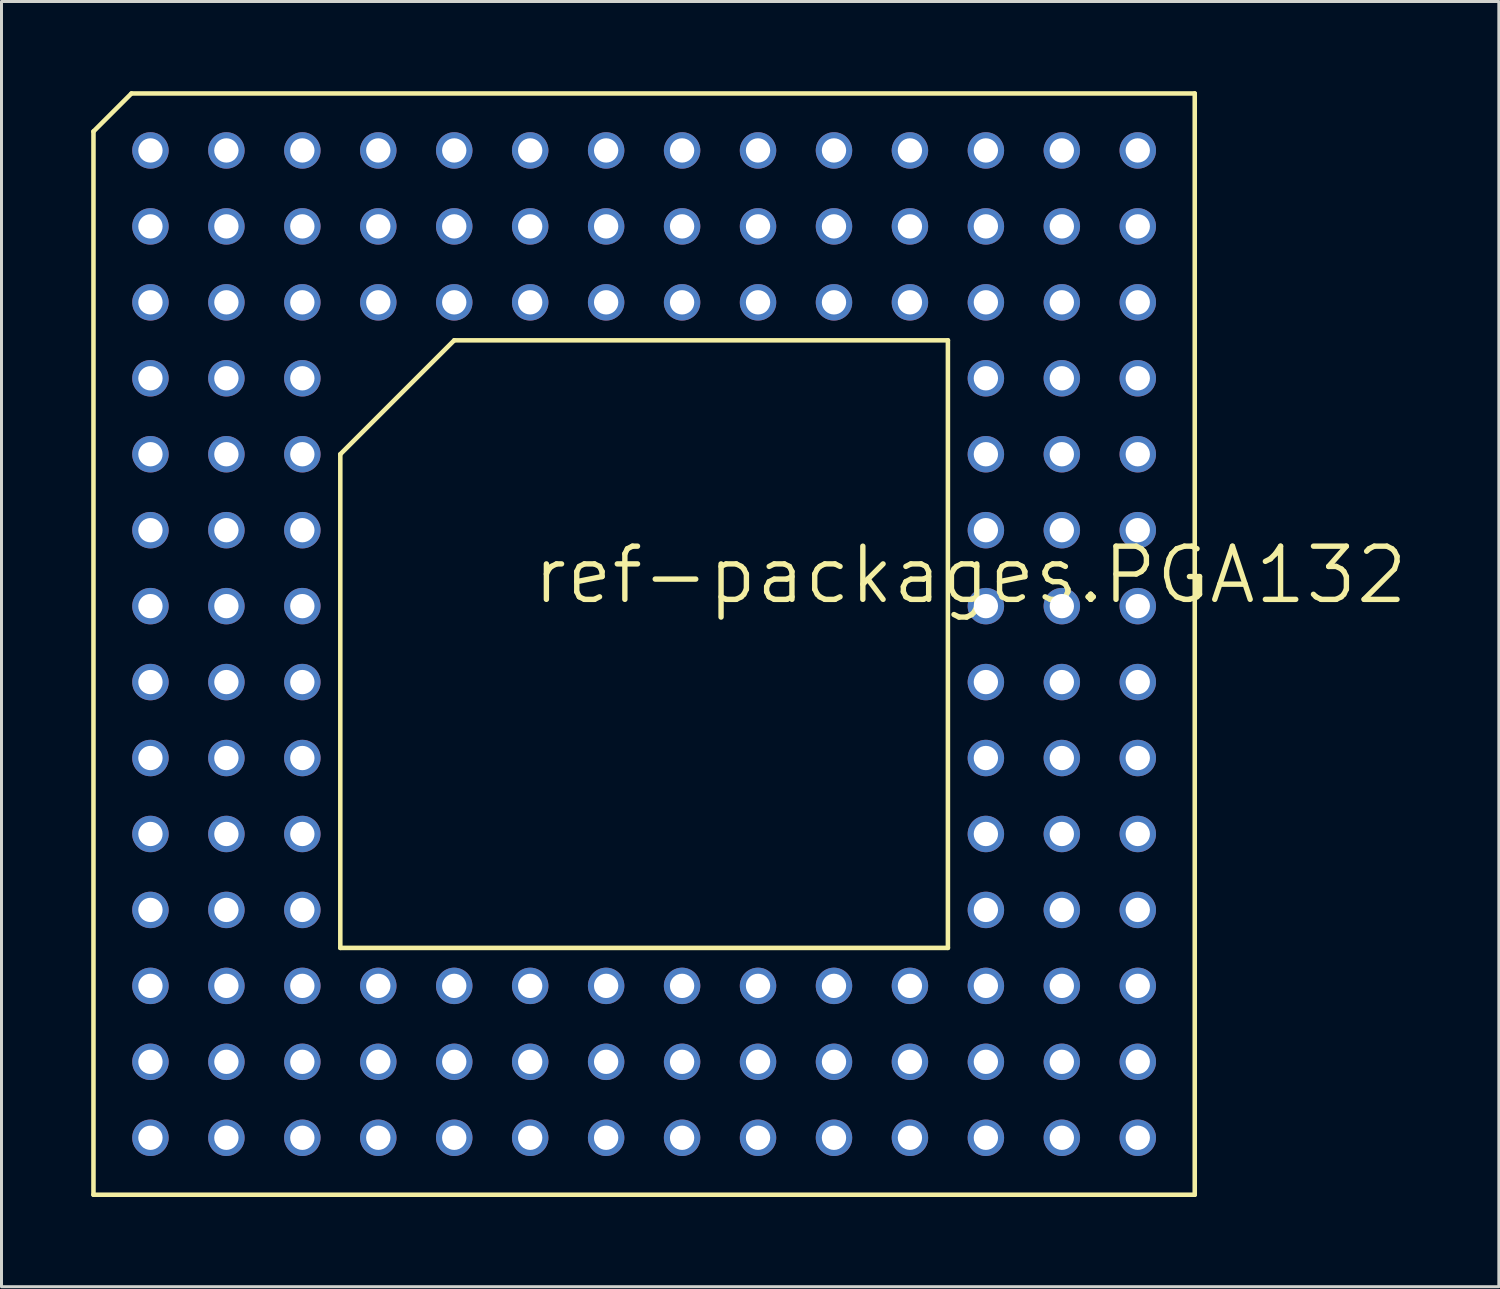
<source format=kicad_pcb>
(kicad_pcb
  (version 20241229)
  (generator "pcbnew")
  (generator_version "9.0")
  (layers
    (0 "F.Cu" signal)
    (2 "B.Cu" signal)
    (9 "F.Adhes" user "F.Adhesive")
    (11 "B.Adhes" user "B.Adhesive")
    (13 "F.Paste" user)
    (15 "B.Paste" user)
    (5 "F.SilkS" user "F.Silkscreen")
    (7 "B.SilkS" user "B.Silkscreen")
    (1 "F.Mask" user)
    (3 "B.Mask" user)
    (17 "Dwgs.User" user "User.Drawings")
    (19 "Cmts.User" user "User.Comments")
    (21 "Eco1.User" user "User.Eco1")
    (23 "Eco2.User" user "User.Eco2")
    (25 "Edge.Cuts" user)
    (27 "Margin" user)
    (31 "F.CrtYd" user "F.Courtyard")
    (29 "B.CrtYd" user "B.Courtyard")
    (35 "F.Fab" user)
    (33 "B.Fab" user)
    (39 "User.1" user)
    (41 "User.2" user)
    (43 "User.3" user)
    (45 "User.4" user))
  (footprint "ref-packages.PGA132"
    (layer "F.Cu")
    (at 18.491 18.491)
    (property "Reference" "ref-packages.PGA132" (at -3.81 -1.27 0) (layer "F.SilkS") (effects (font (size 1.778 1.778) (thickness 0.18)) (justify left bottom)))
    (attr through_hole)
    (fp_line (start -18.415 -17.145) (end -17.145 -18.415) (stroke (width 0.152) (type default)) (layer "F.SilkS"))
    (fp_line (start -18.415 18.415) (end -18.415 -17.145) (stroke (width 0.152) (type default)) (layer "F.SilkS"))
    (fp_line (start -17.145 -18.415) (end 18.415 -18.415) (stroke (width 0.152) (type default)) (layer "F.SilkS"))
    (fp_line (start -10.16 -6.35) (end -10.16 10.16) (stroke (width 0.152) (type default)) (layer "F.SilkS"))
    (fp_line (start -6.35 -10.16) (end -10.16 -6.35) (stroke (width 0.152) (type default)) (layer "F.SilkS"))
    (fp_line (start 10.16 -10.16) (end -6.35 -10.16) (stroke (width 0.152) (type default)) (layer "F.SilkS"))
    (fp_line (start 10.16 10.16) (end -10.16 10.16) (stroke (width 0.152) (type default)) (layer "F.SilkS"))
    (fp_line (start 10.16 10.16) (end 10.16 -10.16) (stroke (width 0.152) (type default)) (layer "F.SilkS"))
    (fp_line (start 18.415 -18.415) (end 18.415 18.415) (stroke (width 0.152) (type default)) (layer "F.SilkS"))
    (fp_line (start 18.415 18.415) (end -18.415 18.415) (stroke (width 0.152) (type default)) (layer "F.SilkS"))
    (pad "A01" thru_hole circle (at -16.51 -16.51 90) (size 1.219 1.219) (drill 0.813) (layers "*.Cu" "*.Mask"))
    (pad "A02" thru_hole circle (at -13.97 -16.51 90) (size 1.219 1.219) (drill 0.813) (layers "*.Cu" "*.Mask"))
    (pad "A03" thru_hole circle (at -11.43 -16.51 90) (size 1.219 1.219) (drill 0.813) (layers "*.Cu" "*.Mask"))
    (pad "A04" thru_hole circle (at -8.89 -16.51 90) (size 1.219 1.219) (drill 0.813) (layers "*.Cu" "*.Mask"))
    (pad "A05" thru_hole circle (at -6.35 -16.51 90) (size 1.219 1.219) (drill 0.813) (layers "*.Cu" "*.Mask"))
    (pad "A06" thru_hole circle (at -3.81 -16.51 90) (size 1.219 1.219) (drill 0.813) (layers "*.Cu" "*.Mask"))
    (pad "A07" thru_hole circle (at -1.27 -16.51 90) (size 1.219 1.219) (drill 0.813) (layers "*.Cu" "*.Mask"))
    (pad "A08" thru_hole circle (at 1.27 -16.51 90) (size 1.219 1.219) (drill 0.813) (layers "*.Cu" "*.Mask"))
    (pad "A09" thru_hole circle (at 3.81 -16.51 90) (size 1.219 1.219) (drill 0.813) (layers "*.Cu" "*.Mask"))
    (pad "A10" thru_hole circle (at 6.35 -16.51 90) (size 1.219 1.219) (drill 0.813) (layers "*.Cu" "*.Mask"))
    (pad "A11" thru_hole circle (at 8.89 -16.51 90) (size 1.219 1.219) (drill 0.813) (layers "*.Cu" "*.Mask"))
    (pad "A12" thru_hole circle (at 11.43 -16.51 90) (size 1.219 1.219) (drill 0.813) (layers "*.Cu" "*.Mask"))
    (pad "A13" thru_hole circle (at 13.97 -16.51 90) (size 1.219 1.219) (drill 0.813) (layers "*.Cu" "*.Mask"))
    (pad "A14" thru_hole circle (at 16.51 -16.51 90) (size 1.219 1.219) (drill 0.813) (layers "*.Cu" "*.Mask"))
    (pad "B01" thru_hole circle (at -16.51 -13.97 90) (size 1.219 1.219) (drill 0.813) (layers "*.Cu" "*.Mask"))
    (pad "B02" thru_hole circle (at -13.97 -13.97 90) (size 1.219 1.219) (drill 0.813) (layers "*.Cu" "*.Mask"))
    (pad "B03" thru_hole circle (at -11.43 -13.97 90) (size 1.219 1.219) (drill 0.813) (layers "*.Cu" "*.Mask"))
    (pad "B04" thru_hole circle (at -8.89 -13.97 90) (size 1.219 1.219) (drill 0.813) (layers "*.Cu" "*.Mask"))
    (pad "B05" thru_hole circle (at -6.35 -13.97 90) (size 1.219 1.219) (drill 0.813) (layers "*.Cu" "*.Mask"))
    (pad "B06" thru_hole circle (at -3.81 -13.97 90) (size 1.219 1.219) (drill 0.813) (layers "*.Cu" "*.Mask"))
    (pad "B07" thru_hole circle (at -1.27 -13.97 90) (size 1.219 1.219) (drill 0.813) (layers "*.Cu" "*.Mask"))
    (pad "B08" thru_hole circle (at 1.27 -13.97 90) (size 1.219 1.219) (drill 0.813) (layers "*.Cu" "*.Mask"))
    (pad "B09" thru_hole circle (at 3.81 -13.97 90) (size 1.219 1.219) (drill 0.813) (layers "*.Cu" "*.Mask"))
    (pad "B10" thru_hole circle (at 6.35 -13.97 90) (size 1.219 1.219) (drill 0.813) (layers "*.Cu" "*.Mask"))
    (pad "B11" thru_hole circle (at 8.89 -13.97 90) (size 1.219 1.219) (drill 0.813) (layers "*.Cu" "*.Mask"))
    (pad "B12" thru_hole circle (at 11.43 -13.97 90) (size 1.219 1.219) (drill 0.813) (layers "*.Cu" "*.Mask"))
    (pad "B13" thru_hole circle (at 13.97 -13.97 90) (size 1.219 1.219) (drill 0.813) (layers "*.Cu" "*.Mask"))
    (pad "B14" thru_hole circle (at 16.51 -13.97 90) (size 1.219 1.219) (drill 0.813) (layers "*.Cu" "*.Mask"))
    (pad "C01" thru_hole circle (at -16.51 -11.43 90) (size 1.219 1.219) (drill 0.813) (layers "*.Cu" "*.Mask"))
    (pad "C02" thru_hole circle (at -13.97 -11.43 90) (size 1.219 1.219) (drill 0.813) (layers "*.Cu" "*.Mask"))
    (pad "C03" thru_hole circle (at -11.43 -11.43 90) (size 1.219 1.219) (drill 0.813) (layers "*.Cu" "*.Mask"))
    (pad "C04" thru_hole circle (at -8.89 -11.43 90) (size 1.219 1.219) (drill 0.813) (layers "*.Cu" "*.Mask"))
    (pad "C05" thru_hole circle (at -6.35 -11.43 90) (size 1.219 1.219) (drill 0.813) (layers "*.Cu" "*.Mask"))
    (pad "C06" thru_hole circle (at -3.81 -11.43 90) (size 1.219 1.219) (drill 0.813) (layers "*.Cu" "*.Mask"))
    (pad "C07" thru_hole circle (at -1.27 -11.43 90) (size 1.219 1.219) (drill 0.813) (layers "*.Cu" "*.Mask"))
    (pad "C08" thru_hole circle (at 1.27 -11.43 90) (size 1.219 1.219) (drill 0.813) (layers "*.Cu" "*.Mask"))
    (pad "C09" thru_hole circle (at 3.81 -11.43 90) (size 1.219 1.219) (drill 0.813) (layers "*.Cu" "*.Mask"))
    (pad "C10" thru_hole circle (at 6.35 -11.43 90) (size 1.219 1.219) (drill 0.813) (layers "*.Cu" "*.Mask"))
    (pad "C11" thru_hole circle (at 8.89 -11.43 90) (size 1.219 1.219) (drill 0.813) (layers "*.Cu" "*.Mask"))
    (pad "C12" thru_hole circle (at 11.43 -11.43 90) (size 1.219 1.219) (drill 0.813) (layers "*.Cu" "*.Mask"))
    (pad "C13" thru_hole circle (at 13.97 -11.43 90) (size 1.219 1.219) (drill 0.813) (layers "*.Cu" "*.Mask"))
    (pad "C14" thru_hole circle (at 16.51 -11.43 90) (size 1.219 1.219) (drill 0.813) (layers "*.Cu" "*.Mask"))
    (pad "D01" thru_hole circle (at -16.51 -8.89 90) (size 1.219 1.219) (drill 0.813) (layers "*.Cu" "*.Mask"))
    (pad "D02" thru_hole circle (at -13.97 -8.89 90) (size 1.219 1.219) (drill 0.813) (layers "*.Cu" "*.Mask"))
    (pad "D03" thru_hole circle (at -11.43 -8.89 90) (size 1.219 1.219) (drill 0.813) (layers "*.Cu" "*.Mask"))
    (pad "D12" thru_hole circle (at 11.43 -8.89 90) (size 1.219 1.219) (drill 0.813) (layers "*.Cu" "*.Mask"))
    (pad "D13" thru_hole circle (at 13.97 -8.89 90) (size 1.219 1.219) (drill 0.813) (layers "*.Cu" "*.Mask"))
    (pad "D14" thru_hole circle (at 16.51 -8.89 90) (size 1.219 1.219) (drill 0.813) (layers "*.Cu" "*.Mask"))
    (pad "E01" thru_hole circle (at -16.51 -6.35 90) (size 1.219 1.219) (drill 0.813) (layers "*.Cu" "*.Mask"))
    (pad "E02" thru_hole circle (at -13.97 -6.35 90) (size 1.219 1.219) (drill 0.813) (layers "*.Cu" "*.Mask"))
    (pad "E03" thru_hole circle (at -11.43 -6.35 90) (size 1.219 1.219) (drill 0.813) (layers "*.Cu" "*.Mask"))
    (pad "E12" thru_hole circle (at 11.43 -6.35 90) (size 1.219 1.219) (drill 0.813) (layers "*.Cu" "*.Mask"))
    (pad "E13" thru_hole circle (at 13.97 -6.35 90) (size 1.219 1.219) (drill 0.813) (layers "*.Cu" "*.Mask"))
    (pad "E14" thru_hole circle (at 16.51 -6.35 90) (size 1.219 1.219) (drill 0.813) (layers "*.Cu" "*.Mask"))
    (pad "F01" thru_hole circle (at -16.51 -3.81 90) (size 1.219 1.219) (drill 0.813) (layers "*.Cu" "*.Mask"))
    (pad "F02" thru_hole circle (at -13.97 -3.81 90) (size 1.219 1.219) (drill 0.813) (layers "*.Cu" "*.Mask"))
    (pad "F03" thru_hole circle (at -11.43 -3.81 90) (size 1.219 1.219) (drill 0.813) (layers "*.Cu" "*.Mask"))
    (pad "F12" thru_hole circle (at 11.43 -3.81 90) (size 1.219 1.219) (drill 0.813) (layers "*.Cu" "*.Mask"))
    (pad "F13" thru_hole circle (at 13.97 -3.81 90) (size 1.219 1.219) (drill 0.813) (layers "*.Cu" "*.Mask"))
    (pad "F14" thru_hole circle (at 16.51 -3.81 90) (size 1.219 1.219) (drill 0.813) (layers "*.Cu" "*.Mask"))
    (pad "G01" thru_hole circle (at -16.51 -1.27 90) (size 1.219 1.219) (drill 0.813) (layers "*.Cu" "*.Mask"))
    (pad "G02" thru_hole circle (at -13.97 -1.27 90) (size 1.219 1.219) (drill 0.813) (layers "*.Cu" "*.Mask"))
    (pad "G03" thru_hole circle (at -11.43 -1.27 90) (size 1.219 1.219) (drill 0.813) (layers "*.Cu" "*.Mask"))
    (pad "G12" thru_hole circle (at 11.43 -1.27 90) (size 1.219 1.219) (drill 0.813) (layers "*.Cu" "*.Mask"))
    (pad "G13" thru_hole circle (at 13.97 -1.27 90) (size 1.219 1.219) (drill 0.813) (layers "*.Cu" "*.Mask"))
    (pad "G14" thru_hole circle (at 16.51 -1.27 90) (size 1.219 1.219) (drill 0.813) (layers "*.Cu" "*.Mask"))
    (pad "H01" thru_hole circle (at -16.51 1.27 90) (size 1.219 1.219) (drill 0.813) (layers "*.Cu" "*.Mask"))
    (pad "H02" thru_hole circle (at -13.97 1.27 90) (size 1.219 1.219) (drill 0.813) (layers "*.Cu" "*.Mask"))
    (pad "H03" thru_hole circle (at -11.43 1.27 90) (size 1.219 1.219) (drill 0.813) (layers "*.Cu" "*.Mask"))
    (pad "H12" thru_hole circle (at 11.43 1.27 90) (size 1.219 1.219) (drill 0.813) (layers "*.Cu" "*.Mask"))
    (pad "H13" thru_hole circle (at 13.97 1.27 90) (size 1.219 1.219) (drill 0.813) (layers "*.Cu" "*.Mask"))
    (pad "H14" thru_hole circle (at 16.51 1.27 90) (size 1.219 1.219) (drill 0.813) (layers "*.Cu" "*.Mask"))
    (pad "J01" thru_hole circle (at -16.51 3.81 90) (size 1.219 1.219) (drill 0.813) (layers "*.Cu" "*.Mask"))
    (pad "J02" thru_hole circle (at -13.97 3.81 90) (size 1.219 1.219) (drill 0.813) (layers "*.Cu" "*.Mask"))
    (pad "J03" thru_hole circle (at -11.43 3.81 90) (size 1.219 1.219) (drill 0.813) (layers "*.Cu" "*.Mask"))
    (pad "J12" thru_hole circle (at 11.43 3.81 90) (size 1.219 1.219) (drill 0.813) (layers "*.Cu" "*.Mask"))
    (pad "J13" thru_hole circle (at 13.97 3.81 90) (size 1.219 1.219) (drill 0.813) (layers "*.Cu" "*.Mask"))
    (pad "J14" thru_hole circle (at 16.51 3.81 90) (size 1.219 1.219) (drill 0.813) (layers "*.Cu" "*.Mask"))
    (pad "K01" thru_hole circle (at -16.51 6.35 90) (size 1.219 1.219) (drill 0.813) (layers "*.Cu" "*.Mask"))
    (pad "K02" thru_hole circle (at -13.97 6.35 90) (size 1.219 1.219) (drill 0.813) (layers "*.Cu" "*.Mask"))
    (pad "K03" thru_hole circle (at -11.43 6.35 90) (size 1.219 1.219) (drill 0.813) (layers "*.Cu" "*.Mask"))
    (pad "K12" thru_hole circle (at 11.43 6.35 90) (size 1.219 1.219) (drill 0.813) (layers "*.Cu" "*.Mask"))
    (pad "K13" thru_hole circle (at 13.97 6.35 90) (size 1.219 1.219) (drill 0.813) (layers "*.Cu" "*.Mask"))
    (pad "K14" thru_hole circle (at 16.51 6.35 90) (size 1.219 1.219) (drill 0.813) (layers "*.Cu" "*.Mask"))
    (pad "L01" thru_hole circle (at -16.51 8.89 90) (size 1.219 1.219) (drill 0.813) (layers "*.Cu" "*.Mask"))
    (pad "L02" thru_hole circle (at -13.97 8.89 90) (size 1.219 1.219) (drill 0.813) (layers "*.Cu" "*.Mask"))
    (pad "L03" thru_hole circle (at -11.43 8.89 90) (size 1.219 1.219) (drill 0.813) (layers "*.Cu" "*.Mask"))
    (pad "L12" thru_hole circle (at 11.43 8.89 90) (size 1.219 1.219) (drill 0.813) (layers "*.Cu" "*.Mask"))
    (pad "L13" thru_hole circle (at 13.97 8.89 90) (size 1.219 1.219) (drill 0.813) (layers "*.Cu" "*.Mask"))
    (pad "L14" thru_hole circle (at 16.51 8.89 90) (size 1.219 1.219) (drill 0.813) (layers "*.Cu" "*.Mask"))
    (pad "M01" thru_hole circle (at -16.51 11.43 90) (size 1.219 1.219) (drill 0.813) (layers "*.Cu" "*.Mask"))
    (pad "M02" thru_hole circle (at -13.97 11.43 90) (size 1.219 1.219) (drill 0.813) (layers "*.Cu" "*.Mask"))
    (pad "M03" thru_hole circle (at -11.43 11.43 90) (size 1.219 1.219) (drill 0.813) (layers "*.Cu" "*.Mask"))
    (pad "M04" thru_hole circle (at -8.89 11.43 90) (size 1.219 1.219) (drill 0.813) (layers "*.Cu" "*.Mask"))
    (pad "M05" thru_hole circle (at -6.35 11.43 90) (size 1.219 1.219) (drill 0.813) (layers "*.Cu" "*.Mask"))
    (pad "M06" thru_hole circle (at -3.81 11.43 90) (size 1.219 1.219) (drill 0.813) (layers "*.Cu" "*.Mask"))
    (pad "M07" thru_hole circle (at -1.27 11.43 90) (size 1.219 1.219) (drill 0.813) (layers "*.Cu" "*.Mask"))
    (pad "M08" thru_hole circle (at 1.27 11.43 90) (size 1.219 1.219) (drill 0.813) (layers "*.Cu" "*.Mask"))
    (pad "M09" thru_hole circle (at 3.81 11.43 90) (size 1.219 1.219) (drill 0.813) (layers "*.Cu" "*.Mask"))
    (pad "M10" thru_hole circle (at 6.35 11.43 90) (size 1.219 1.219) (drill 0.813) (layers "*.Cu" "*.Mask"))
    (pad "M11" thru_hole circle (at 8.89 11.43 90) (size 1.219 1.219) (drill 0.813) (layers "*.Cu" "*.Mask"))
    (pad "M12" thru_hole circle (at 11.43 11.43 90) (size 1.219 1.219) (drill 0.813) (layers "*.Cu" "*.Mask"))
    (pad "M13" thru_hole circle (at 13.97 11.43 90) (size 1.219 1.219) (drill 0.813) (layers "*.Cu" "*.Mask"))
    (pad "M14" thru_hole circle (at 16.51 11.43 90) (size 1.219 1.219) (drill 0.813) (layers "*.Cu" "*.Mask"))
    (pad "N01" thru_hole circle (at -16.51 13.97 90) (size 1.219 1.219) (drill 0.813) (layers "*.Cu" "*.Mask"))
    (pad "N02" thru_hole circle (at -13.97 13.97 90) (size 1.219 1.219) (drill 0.813) (layers "*.Cu" "*.Mask"))
    (pad "N03" thru_hole circle (at -11.43 13.97 90) (size 1.219 1.219) (drill 0.813) (layers "*.Cu" "*.Mask"))
    (pad "N04" thru_hole circle (at -8.89 13.97 90) (size 1.219 1.219) (drill 0.813) (layers "*.Cu" "*.Mask"))
    (pad "N05" thru_hole circle (at -6.35 13.97 90) (size 1.219 1.219) (drill 0.813) (layers "*.Cu" "*.Mask"))
    (pad "N06" thru_hole circle (at -3.81 13.97 90) (size 1.219 1.219) (drill 0.813) (layers "*.Cu" "*.Mask"))
    (pad "N07" thru_hole circle (at -1.27 13.97 90) (size 1.219 1.219) (drill 0.813) (layers "*.Cu" "*.Mask"))
    (pad "N08" thru_hole circle (at 1.27 13.97 90) (size 1.219 1.219) (drill 0.813) (layers "*.Cu" "*.Mask"))
    (pad "N09" thru_hole circle (at 3.81 13.97 90) (size 1.219 1.219) (drill 0.813) (layers "*.Cu" "*.Mask"))
    (pad "N10" thru_hole circle (at 6.35 13.97 90) (size 1.219 1.219) (drill 0.813) (layers "*.Cu" "*.Mask"))
    (pad "N11" thru_hole circle (at 8.89 13.97 90) (size 1.219 1.219) (drill 0.813) (layers "*.Cu" "*.Mask"))
    (pad "N12" thru_hole circle (at 11.43 13.97 90) (size 1.219 1.219) (drill 0.813) (layers "*.Cu" "*.Mask"))
    (pad "N13" thru_hole circle (at 13.97 13.97 90) (size 1.219 1.219) (drill 0.813) (layers "*.Cu" "*.Mask"))
    (pad "N14" thru_hole circle (at 16.51 13.97 90) (size 1.219 1.219) (drill 0.813) (layers "*.Cu" "*.Mask"))
    (pad "P01" thru_hole circle (at -16.51 16.51 90) (size 1.219 1.219) (drill 0.813) (layers "*.Cu" "*.Mask"))
    (pad "P02" thru_hole circle (at -13.97 16.51 90) (size 1.219 1.219) (drill 0.813) (layers "*.Cu" "*.Mask"))
    (pad "P03" thru_hole circle (at -11.43 16.51 90) (size 1.219 1.219) (drill 0.813) (layers "*.Cu" "*.Mask"))
    (pad "P04" thru_hole circle (at -8.89 16.51 90) (size 1.219 1.219) (drill 0.813) (layers "*.Cu" "*.Mask"))
    (pad "P05" thru_hole circle (at -6.35 16.51 90) (size 1.219 1.219) (drill 0.813) (layers "*.Cu" "*.Mask"))
    (pad "P06" thru_hole circle (at -3.81 16.51 90) (size 1.219 1.219) (drill 0.813) (layers "*.Cu" "*.Mask"))
    (pad "P07" thru_hole circle (at -1.27 16.51 90) (size 1.219 1.219) (drill 0.813) (layers "*.Cu" "*.Mask"))
    (pad "P08" thru_hole circle (at 1.27 16.51 90) (size 1.219 1.219) (drill 0.813) (layers "*.Cu" "*.Mask"))
    (pad "P09" thru_hole circle (at 3.81 16.51 90) (size 1.219 1.219) (drill 0.813) (layers "*.Cu" "*.Mask"))
    (pad "P10" thru_hole circle (at 6.35 16.51 90) (size 1.219 1.219) (drill 0.813) (layers "*.Cu" "*.Mask"))
    (pad "P11" thru_hole circle (at 8.89 16.51 90) (size 1.219 1.219) (drill 0.813) (layers "*.Cu" "*.Mask"))
    (pad "P12" thru_hole circle (at 11.43 16.51 90) (size 1.219 1.219) (drill 0.813) (layers "*.Cu" "*.Mask"))
    (pad "P13" thru_hole circle (at 13.97 16.51 90) (size 1.219 1.219) (drill 0.813) (layers "*.Cu" "*.Mask"))
    (pad "P14" thru_hole circle (at 16.51 16.51 90) (size 1.219 1.219) (drill 0.813) (layers "*.Cu" "*.Mask")))
  (gr_rect
    (start -3 -3)
    (end 47.076 39.982)
    (stroke (width 0.1) (type default))
    (fill no)
    (layer "Edge.Cuts")))
</source>
